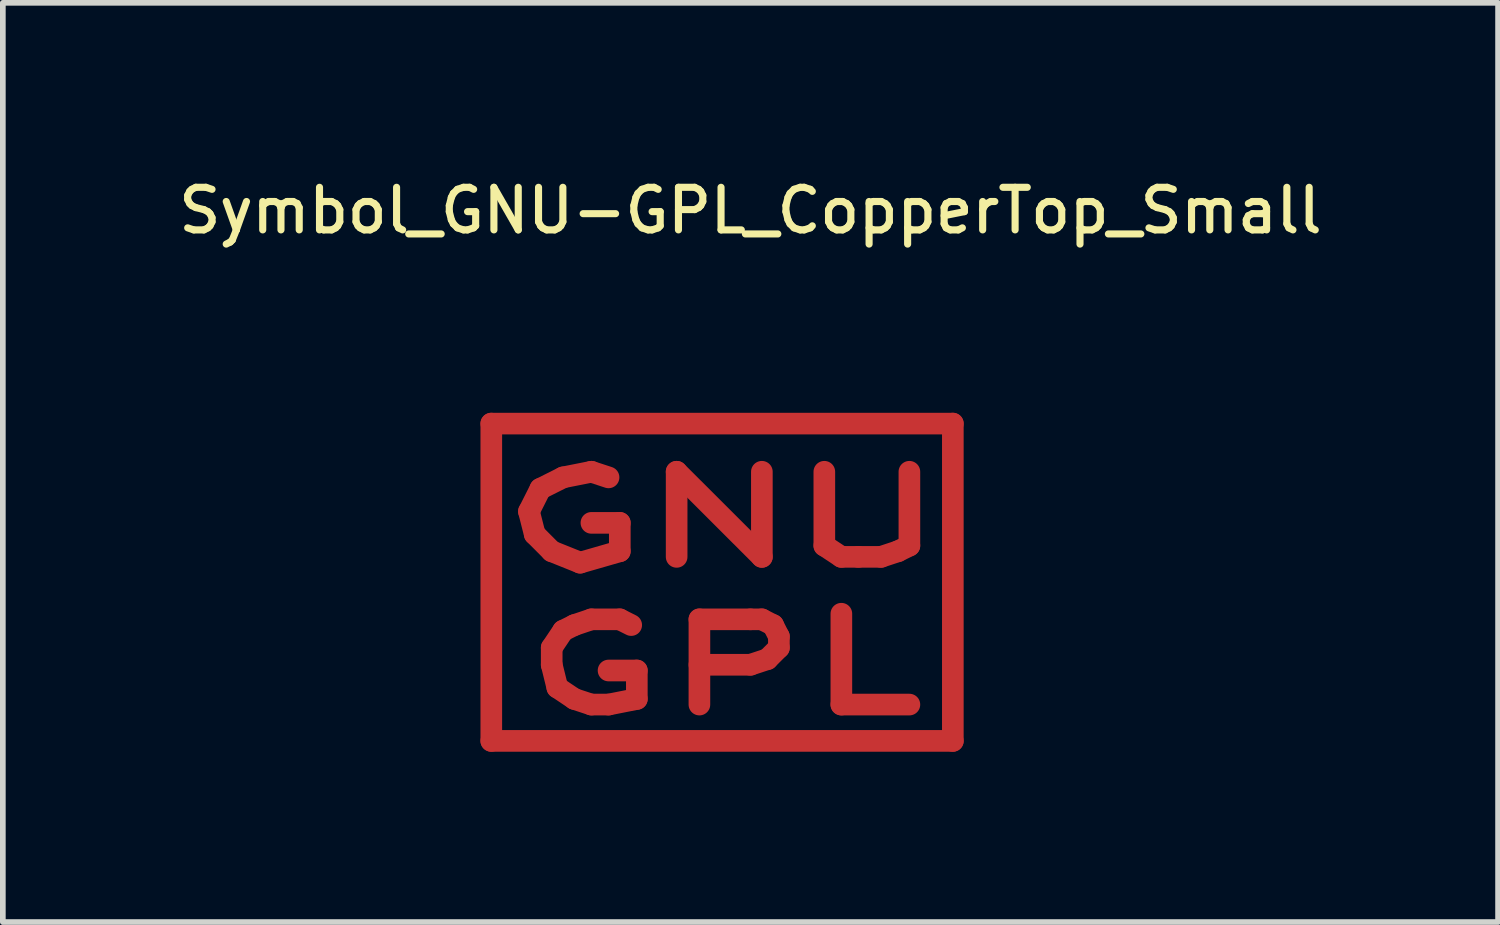
<source format=kicad_pcb>
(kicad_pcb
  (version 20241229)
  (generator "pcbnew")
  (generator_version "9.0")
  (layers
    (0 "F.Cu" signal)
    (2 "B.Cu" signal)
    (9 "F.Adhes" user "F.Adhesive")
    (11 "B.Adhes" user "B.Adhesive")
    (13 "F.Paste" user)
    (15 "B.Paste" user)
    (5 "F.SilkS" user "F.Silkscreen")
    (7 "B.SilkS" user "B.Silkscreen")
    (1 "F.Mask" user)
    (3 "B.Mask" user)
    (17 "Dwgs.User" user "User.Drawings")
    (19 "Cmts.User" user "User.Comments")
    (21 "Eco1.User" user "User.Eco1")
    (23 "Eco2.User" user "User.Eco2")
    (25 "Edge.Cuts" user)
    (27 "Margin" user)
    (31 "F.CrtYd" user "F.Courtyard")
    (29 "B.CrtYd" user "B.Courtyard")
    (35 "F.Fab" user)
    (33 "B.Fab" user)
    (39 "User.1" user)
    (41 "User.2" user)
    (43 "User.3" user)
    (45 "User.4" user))
  (footprint "Symbol_GNU-GPL_CopperTop_Small"
    (layer "F.Cu")
    (at 9.666 7.458)
    (property "Reference" "Symbol_GNU-GPL_CopperTop_Small" (at 0.5 -6.8 0) (layer "F.SilkS") (effects (font (size 0.75 0.75) (thickness 0.125))))
    (attr exclude_from_pos_files exclude_from_bom allow_missing_courtyard)
    (fp_line (start -4.064 -3.048) (end 4.064 -3.048) (stroke (width 0.381) (type solid)) (layer "F.Cu"))
    (fp_line (start -4.064 2.54) (end -4.064 -3.048) (stroke (width 0.381) (type solid)) (layer "F.Cu"))
    (fp_line (start -3.401 -1.501) (end -3.299 -1.1) (stroke (width 0.381) (type solid)) (layer "F.Cu"))
    (fp_line (start -3.299 -1.1) (end -3 -0.8) (stroke (width 0.381) (type solid)) (layer "F.Cu"))
    (fp_line (start -3.2 -1.9) (end -3.401 -1.501) (stroke (width 0.381) (type solid)) (layer "F.Cu"))
    (fp_line (start -3 -0.8) (end -2.499 -0.599) (stroke (width 0.381) (type solid)) (layer "F.Cu"))
    (fp_line (start -3 0.899) (end -3 1.199) (stroke (width 0.381) (type solid)) (layer "F.Cu"))
    (fp_line (start -3 1.199) (end -2.901 1.6) (stroke (width 0.381) (type solid)) (layer "F.Cu"))
    (fp_line (start -2.901 1.6) (end -2.601 1.801) (stroke (width 0.381) (type solid)) (layer "F.Cu"))
    (fp_line (start -2.799 -2.101) (end -3.2 -1.9) (stroke (width 0.381) (type solid)) (layer "F.Cu"))
    (fp_line (start -2.799 0.599) (end -3 0.899) (stroke (width 0.381) (type solid)) (layer "F.Cu"))
    (fp_line (start -2.601 0.5) (end -2.799 0.599) (stroke (width 0.381) (type solid)) (layer "F.Cu"))
    (fp_line (start -2.601 1.801) (end -2.301 1.9) (stroke (width 0.381) (type solid)) (layer "F.Cu"))
    (fp_line (start -2.499 -0.599) (end -1.801 -0.8) (stroke (width 0.381) (type solid)) (layer "F.Cu"))
    (fp_line (start -2.301 -2.2) (end -2.799 -2.101) (stroke (width 0.381) (type solid)) (layer "F.Cu"))
    (fp_line (start -2.301 0.399) (end -2.601 0.5) (stroke (width 0.381) (type solid)) (layer "F.Cu"))
    (fp_line (start -2.301 1.9) (end -1.999 1.9) (stroke (width 0.381) (type solid)) (layer "F.Cu"))
    (fp_line (start -1.999 -2.101) (end -2.301 -2.2) (stroke (width 0.381) (type solid)) (layer "F.Cu"))
    (fp_line (start -1.999 1.9) (end -1.501 1.801) (stroke (width 0.381) (type solid)) (layer "F.Cu"))
    (fp_line (start -1.801 -1.3) (end -2.301 -1.3) (stroke (width 0.381) (type solid)) (layer "F.Cu"))
    (fp_line (start -1.801 -0.8) (end -1.801 -1.3) (stroke (width 0.381) (type solid)) (layer "F.Cu"))
    (fp_line (start -1.801 0.399) (end -2.301 0.399) (stroke (width 0.381) (type solid)) (layer "F.Cu"))
    (fp_line (start -1.6 0.5) (end -1.801 0.399) (stroke (width 0.381) (type solid)) (layer "F.Cu"))
    (fp_line (start -1.501 1.3) (end -1.999 1.3) (stroke (width 0.381) (type solid)) (layer "F.Cu"))
    (fp_line (start -1.501 1.801) (end -1.501 1.3) (stroke (width 0.381) (type solid)) (layer "F.Cu"))
    (fp_line (start -0.8 -2.2) (end 0.701 -0.701) (stroke (width 0.381) (type solid)) (layer "F.Cu"))
    (fp_line (start -0.8 -0.701) (end -0.8 -2.2) (stroke (width 0.381) (type solid)) (layer "F.Cu"))
    (fp_line (start -0.399 0.399) (end 0.5 0.399) (stroke (width 0.381) (type solid)) (layer "F.Cu"))
    (fp_line (start -0.399 1.9) (end -0.399 0.399) (stroke (width 0.381) (type solid)) (layer "F.Cu"))
    (fp_line (start 0.5 0.399) (end 0.701 0.399) (stroke (width 0.381) (type solid)) (layer "F.Cu"))
    (fp_line (start 0.5 1.199) (end -0.399 1.199) (stroke (width 0.381) (type solid)) (layer "F.Cu"))
    (fp_line (start 0.701 -0.701) (end 0.701 -2.2) (stroke (width 0.381) (type solid)) (layer "F.Cu"))
    (fp_line (start 0.701 0.399) (end 0.899 0.5) (stroke (width 0.381) (type solid)) (layer "F.Cu"))
    (fp_line (start 0.8 1.1) (end 0.5 1.199) (stroke (width 0.381) (type solid)) (layer "F.Cu"))
    (fp_line (start 0.899 0.5) (end 1.001 0.701) (stroke (width 0.381) (type solid)) (layer "F.Cu"))
    (fp_line (start 1.001 0.701) (end 1.001 0.899) (stroke (width 0.381) (type solid)) (layer "F.Cu"))
    (fp_line (start 1.001 0.899) (end 0.8 1.1) (stroke (width 0.381) (type solid)) (layer "F.Cu"))
    (fp_line (start 1.801 -2.2) (end 1.801 -0.899) (stroke (width 0.381) (type solid)) (layer "F.Cu"))
    (fp_line (start 1.801 -0.899) (end 2.101 -0.701) (stroke (width 0.381) (type solid)) (layer "F.Cu"))
    (fp_line (start 2.101 -0.701) (end 2.4 -0.701) (stroke (width 0.381) (type solid)) (layer "F.Cu"))
    (fp_line (start 2.101 0.3) (end 2.101 1.9) (stroke (width 0.381) (type solid)) (layer "F.Cu"))
    (fp_line (start 2.101 1.9) (end 3.299 1.9) (stroke (width 0.381) (type solid)) (layer "F.Cu"))
    (fp_line (start 2.4 -0.701) (end 2.799 -0.701) (stroke (width 0.381) (type solid)) (layer "F.Cu"))
    (fp_line (start 2.799 -0.701) (end 3.099 -0.8) (stroke (width 0.381) (type solid)) (layer "F.Cu"))
    (fp_line (start 3.099 -0.8) (end 3.299 -0.899) (stroke (width 0.381) (type solid)) (layer "F.Cu"))
    (fp_line (start 3.299 -0.899) (end 3.299 -2.2) (stroke (width 0.381) (type solid)) (layer "F.Cu"))
    (fp_line (start 4.064 -3.048) (end 4.064 2.54) (stroke (width 0.381) (type solid)) (layer "F.Cu"))
    (fp_line (start 4.064 2.54) (end -4.064 2.54) (stroke (width 0.381) (type solid)) (layer "F.Cu")))
  (gr_rect
    (start -3 -3)
    (end 23.332 13.188)
    (stroke (width 0.1) (type default))
    (fill no)
    (layer "Edge.Cuts")))
</source>
